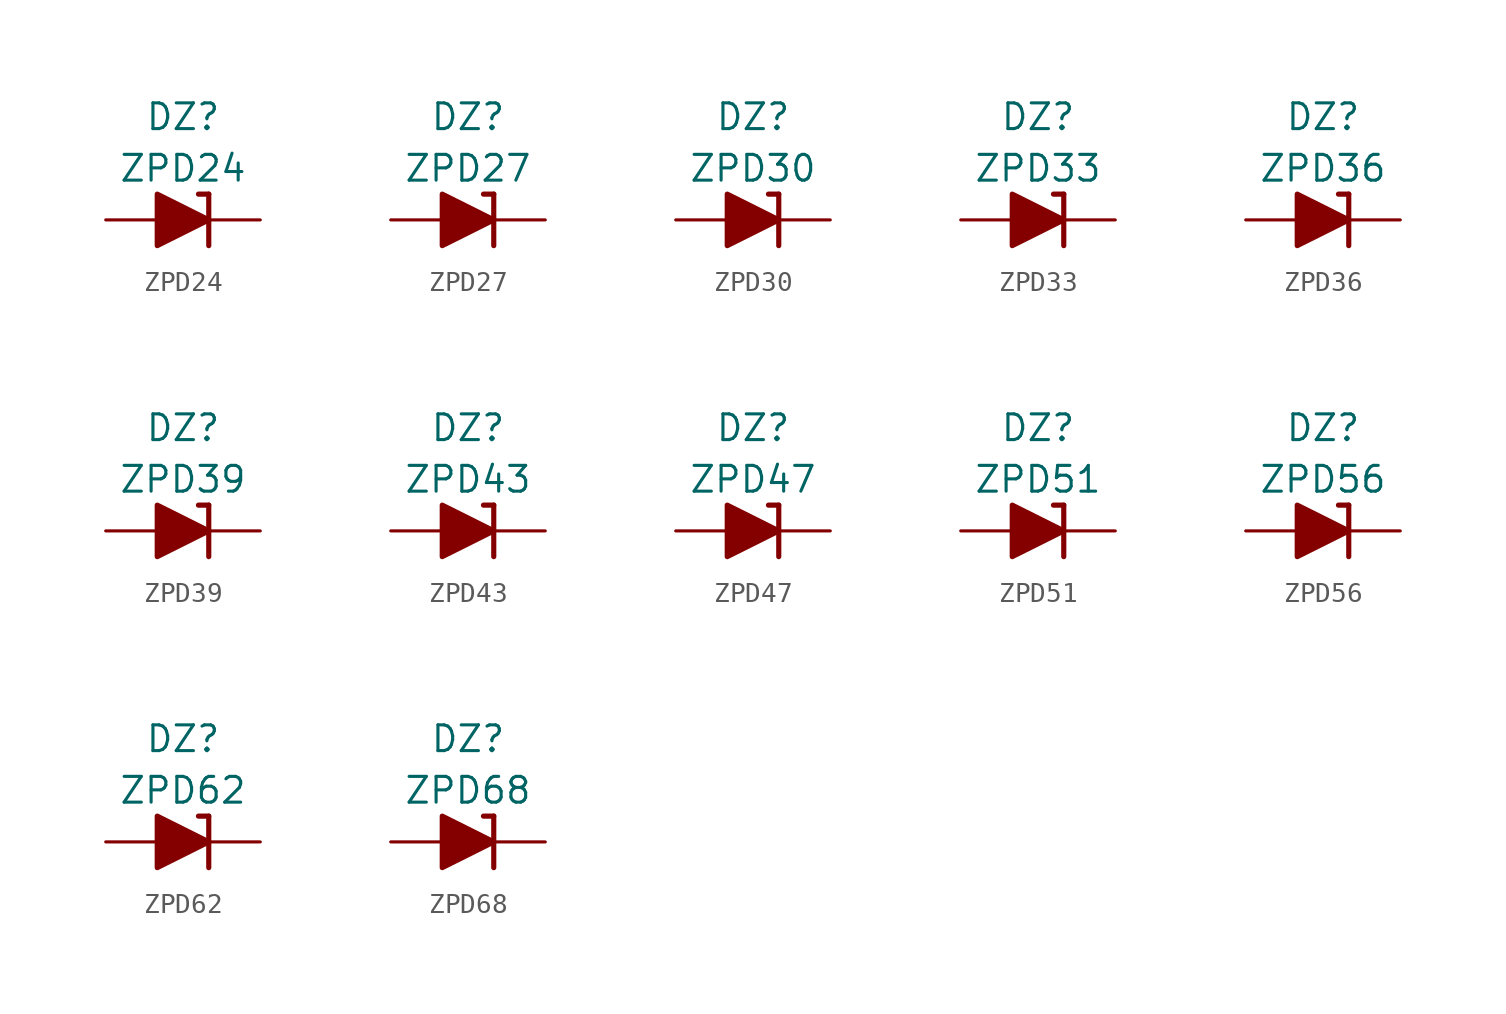
<source format=kicad_sym>
(kicad_symbol_lib
  (version 20201005)
  (generator kicad_symbol_editor)
  (symbol "Diode_Zener_AKL:ZPD24"
    (pin_numbers hide)
    (pin_names
      (offset 1.016) hide)
    (property "Reference" "DZ"
      (at 0 5.08 0)
      (effects (font (size 1.27 1.27))))
    (property "Value" "ZPD24"
      (at 0 2.54 0)
      (effects (font (size 1.27 1.27))))
    (symbol "ZPD24_0_1"
      (polyline (pts (xy -1.27 0) (xy 1.27 0)) (stroke (width 0)) (fill (type none)))
      (polyline (pts (xy 1.27 1.27) (xy 0.762 1.27)) (stroke (width 0.254)) (fill (type none)))
      (polyline (pts (xy 1.27 1.27) (xy 1.27 -1.27)) (stroke (width 0.254)) (fill (type none)))
      (polyline (pts (xy -1.27 -1.27) (xy -1.27 1.27) (xy 1.27 0) (xy -1.27 -1.27)) (stroke (width 0.254)) (fill (type outline))))
    (symbol "ZPD24_1_1"
      (pin passive line (at 3.81 0 180) (length 2.54) (name "K" (effects (font (size 1.27 1.27)))) (number "1" (effects (font (size 1.27 1.27)))))
      (pin passive line (at -3.81 0 0) (length 2.54) (name "A" (effects (font (size 1.27 1.27)))) (number "2" (effects (font (size 1.27 1.27)))))))
  (symbol "Diode_Zener_AKL:ZPD27"
    (pin_numbers hide)
    (pin_names
      (offset 1.016) hide)
    (property "Reference" "DZ"
      (at 0 5.08 0)
      (effects (font (size 1.27 1.27))))
    (property "Value" "ZPD27"
      (at 0 2.54 0)
      (effects (font (size 1.27 1.27))))
    (symbol "ZPD27_0_1"
      (polyline (pts (xy -1.27 0) (xy 1.27 0)) (stroke (width 0)) (fill (type none)))
      (polyline (pts (xy 1.27 1.27) (xy 0.762 1.27)) (stroke (width 0.254)) (fill (type none)))
      (polyline (pts (xy 1.27 1.27) (xy 1.27 -1.27)) (stroke (width 0.254)) (fill (type none)))
      (polyline (pts (xy -1.27 -1.27) (xy -1.27 1.27) (xy 1.27 0) (xy -1.27 -1.27)) (stroke (width 0.254)) (fill (type outline))))
    (symbol "ZPD27_1_1"
      (pin passive line (at 3.81 0 180) (length 2.54) (name "K" (effects (font (size 1.27 1.27)))) (number "1" (effects (font (size 1.27 1.27)))))
      (pin passive line (at -3.81 0 0) (length 2.54) (name "A" (effects (font (size 1.27 1.27)))) (number "2" (effects (font (size 1.27 1.27)))))))
  (symbol "Diode_Zener_AKL:ZPD30"
    (pin_numbers hide)
    (pin_names
      (offset 1.016) hide)
    (property "Reference" "DZ"
      (at 0 5.08 0)
      (effects (font (size 1.27 1.27))))
    (property "Value" "ZPD30"
      (at 0 2.54 0)
      (effects (font (size 1.27 1.27))))
    (symbol "ZPD30_0_1"
      (polyline (pts (xy -1.27 0) (xy 1.27 0)) (stroke (width 0)) (fill (type none)))
      (polyline (pts (xy 1.27 1.27) (xy 0.762 1.27)) (stroke (width 0.254)) (fill (type none)))
      (polyline (pts (xy 1.27 1.27) (xy 1.27 -1.27)) (stroke (width 0.254)) (fill (type none)))
      (polyline (pts (xy -1.27 -1.27) (xy -1.27 1.27) (xy 1.27 0) (xy -1.27 -1.27)) (stroke (width 0.254)) (fill (type outline))))
    (symbol "ZPD30_1_1"
      (pin passive line (at 3.81 0 180) (length 2.54) (name "K" (effects (font (size 1.27 1.27)))) (number "1" (effects (font (size 1.27 1.27)))))
      (pin passive line (at -3.81 0 0) (length 2.54) (name "A" (effects (font (size 1.27 1.27)))) (number "2" (effects (font (size 1.27 1.27)))))))
  (symbol "Diode_Zener_AKL:ZPD33"
    (pin_numbers hide)
    (pin_names
      (offset 1.016) hide)
    (property "Reference" "DZ"
      (at 0 5.08 0)
      (effects (font (size 1.27 1.27))))
    (property "Value" "ZPD33"
      (at 0 2.54 0)
      (effects (font (size 1.27 1.27))))
    (symbol "ZPD33_0_1"
      (polyline (pts (xy -1.27 0) (xy 1.27 0)) (stroke (width 0)) (fill (type none)))
      (polyline (pts (xy 1.27 1.27) (xy 0.762 1.27)) (stroke (width 0.254)) (fill (type none)))
      (polyline (pts (xy 1.27 1.27) (xy 1.27 -1.27)) (stroke (width 0.254)) (fill (type none)))
      (polyline (pts (xy -1.27 -1.27) (xy -1.27 1.27) (xy 1.27 0) (xy -1.27 -1.27)) (stroke (width 0.254)) (fill (type outline))))
    (symbol "ZPD33_1_1"
      (pin passive line (at 3.81 0 180) (length 2.54) (name "K" (effects (font (size 1.27 1.27)))) (number "1" (effects (font (size 1.27 1.27)))))
      (pin passive line (at -3.81 0 0) (length 2.54) (name "A" (effects (font (size 1.27 1.27)))) (number "2" (effects (font (size 1.27 1.27)))))))
  (symbol "Diode_Zener_AKL:ZPD36"
    (pin_numbers hide)
    (pin_names
      (offset 1.016) hide)
    (property "Reference" "DZ"
      (at 0 5.08 0)
      (effects (font (size 1.27 1.27))))
    (property "Value" "ZPD36"
      (at 0 2.54 0)
      (effects (font (size 1.27 1.27))))
    (symbol "ZPD36_0_1"
      (polyline (pts (xy -1.27 0) (xy 1.27 0)) (stroke (width 0)) (fill (type none)))
      (polyline (pts (xy 1.27 1.27) (xy 0.762 1.27)) (stroke (width 0.254)) (fill (type none)))
      (polyline (pts (xy 1.27 1.27) (xy 1.27 -1.27)) (stroke (width 0.254)) (fill (type none)))
      (polyline (pts (xy -1.27 -1.27) (xy -1.27 1.27) (xy 1.27 0) (xy -1.27 -1.27)) (stroke (width 0.254)) (fill (type outline))))
    (symbol "ZPD36_1_1"
      (pin passive line (at 3.81 0 180) (length 2.54) (name "K" (effects (font (size 1.27 1.27)))) (number "1" (effects (font (size 1.27 1.27)))))
      (pin passive line (at -3.81 0 0) (length 2.54) (name "A" (effects (font (size 1.27 1.27)))) (number "2" (effects (font (size 1.27 1.27)))))))
  (symbol "Diode_Zener_AKL:ZPD39"
    (pin_numbers hide)
    (pin_names
      (offset 1.016) hide)
    (property "Reference" "DZ"
      (at 0 5.08 0)
      (effects (font (size 1.27 1.27))))
    (property "Value" "ZPD39"
      (at 0 2.54 0)
      (effects (font (size 1.27 1.27))))
    (symbol "ZPD39_0_1"
      (polyline (pts (xy -1.27 0) (xy 1.27 0)) (stroke (width 0)) (fill (type none)))
      (polyline (pts (xy 1.27 1.27) (xy 0.762 1.27)) (stroke (width 0.254)) (fill (type none)))
      (polyline (pts (xy 1.27 1.27) (xy 1.27 -1.27)) (stroke (width 0.254)) (fill (type none)))
      (polyline (pts (xy -1.27 -1.27) (xy -1.27 1.27) (xy 1.27 0) (xy -1.27 -1.27)) (stroke (width 0.254)) (fill (type outline))))
    (symbol "ZPD39_1_1"
      (pin passive line (at 3.81 0 180) (length 2.54) (name "K" (effects (font (size 1.27 1.27)))) (number "1" (effects (font (size 1.27 1.27)))))
      (pin passive line (at -3.81 0 0) (length 2.54) (name "A" (effects (font (size 1.27 1.27)))) (number "2" (effects (font (size 1.27 1.27)))))))
  (symbol "Diode_Zener_AKL:ZPD43"
    (pin_numbers hide)
    (pin_names
      (offset 1.016) hide)
    (property "Reference" "DZ"
      (at 0 5.08 0)
      (effects (font (size 1.27 1.27))))
    (property "Value" "ZPD43"
      (at 0 2.54 0)
      (effects (font (size 1.27 1.27))))
    (symbol "ZPD43_0_1"
      (polyline (pts (xy -1.27 0) (xy 1.27 0)) (stroke (width 0)) (fill (type none)))
      (polyline (pts (xy 1.27 1.27) (xy 0.762 1.27)) (stroke (width 0.254)) (fill (type none)))
      (polyline (pts (xy 1.27 1.27) (xy 1.27 -1.27)) (stroke (width 0.254)) (fill (type none)))
      (polyline (pts (xy -1.27 -1.27) (xy -1.27 1.27) (xy 1.27 0) (xy -1.27 -1.27)) (stroke (width 0.254)) (fill (type outline))))
    (symbol "ZPD43_1_1"
      (pin passive line (at 3.81 0 180) (length 2.54) (name "K" (effects (font (size 1.27 1.27)))) (number "1" (effects (font (size 1.27 1.27)))))
      (pin passive line (at -3.81 0 0) (length 2.54) (name "A" (effects (font (size 1.27 1.27)))) (number "2" (effects (font (size 1.27 1.27)))))))
  (symbol "Diode_Zener_AKL:ZPD47"
    (pin_numbers hide)
    (pin_names
      (offset 1.016) hide)
    (property "Reference" "DZ"
      (at 0 5.08 0)
      (effects (font (size 1.27 1.27))))
    (property "Value" "ZPD47"
      (at 0 2.54 0)
      (effects (font (size 1.27 1.27))))
    (symbol "ZPD47_0_1"
      (polyline (pts (xy -1.27 0) (xy 1.27 0)) (stroke (width 0)) (fill (type none)))
      (polyline (pts (xy 1.27 1.27) (xy 0.762 1.27)) (stroke (width 0.254)) (fill (type none)))
      (polyline (pts (xy 1.27 1.27) (xy 1.27 -1.27)) (stroke (width 0.254)) (fill (type none)))
      (polyline (pts (xy -1.27 -1.27) (xy -1.27 1.27) (xy 1.27 0) (xy -1.27 -1.27)) (stroke (width 0.254)) (fill (type outline))))
    (symbol "ZPD47_1_1"
      (pin passive line (at 3.81 0 180) (length 2.54) (name "K" (effects (font (size 1.27 1.27)))) (number "1" (effects (font (size 1.27 1.27)))))
      (pin passive line (at -3.81 0 0) (length 2.54) (name "A" (effects (font (size 1.27 1.27)))) (number "2" (effects (font (size 1.27 1.27)))))))
  (symbol "Diode_Zener_AKL:ZPD51"
    (pin_numbers hide)
    (pin_names
      (offset 1.016) hide)
    (property "Reference" "DZ"
      (at 0 5.08 0)
      (effects (font (size 1.27 1.27))))
    (property "Value" "ZPD51"
      (at 0 2.54 0)
      (effects (font (size 1.27 1.27))))
    (symbol "ZPD51_0_1"
      (polyline (pts (xy -1.27 0) (xy 1.27 0)) (stroke (width 0)) (fill (type none)))
      (polyline (pts (xy 1.27 1.27) (xy 0.762 1.27)) (stroke (width 0.254)) (fill (type none)))
      (polyline (pts (xy 1.27 1.27) (xy 1.27 -1.27)) (stroke (width 0.254)) (fill (type none)))
      (polyline (pts (xy -1.27 -1.27) (xy -1.27 1.27) (xy 1.27 0) (xy -1.27 -1.27)) (stroke (width 0.254)) (fill (type outline))))
    (symbol "ZPD51_1_1"
      (pin passive line (at 3.81 0 180) (length 2.54) (name "K" (effects (font (size 1.27 1.27)))) (number "1" (effects (font (size 1.27 1.27)))))
      (pin passive line (at -3.81 0 0) (length 2.54) (name "A" (effects (font (size 1.27 1.27)))) (number "2" (effects (font (size 1.27 1.27)))))))
  (symbol "Diode_Zener_AKL:ZPD56"
    (pin_numbers hide)
    (pin_names
      (offset 1.016) hide)
    (property "Reference" "DZ"
      (at 0 5.08 0)
      (effects (font (size 1.27 1.27))))
    (property "Value" "ZPD56"
      (at 0 2.54 0)
      (effects (font (size 1.27 1.27))))
    (symbol "ZPD56_0_1"
      (polyline (pts (xy -1.27 0) (xy 1.27 0)) (stroke (width 0)) (fill (type none)))
      (polyline (pts (xy 1.27 1.27) (xy 0.762 1.27)) (stroke (width 0.254)) (fill (type none)))
      (polyline (pts (xy 1.27 1.27) (xy 1.27 -1.27)) (stroke (width 0.254)) (fill (type none)))
      (polyline (pts (xy -1.27 -1.27) (xy -1.27 1.27) (xy 1.27 0) (xy -1.27 -1.27)) (stroke (width 0.254)) (fill (type outline))))
    (symbol "ZPD56_1_1"
      (pin passive line (at 3.81 0 180) (length 2.54) (name "K" (effects (font (size 1.27 1.27)))) (number "1" (effects (font (size 1.27 1.27)))))
      (pin passive line (at -3.81 0 0) (length 2.54) (name "A" (effects (font (size 1.27 1.27)))) (number "2" (effects (font (size 1.27 1.27)))))))
  (symbol "Diode_Zener_AKL:ZPD62"
    (pin_numbers hide)
    (pin_names
      (offset 1.016) hide)
    (property "Reference" "DZ"
      (at 0 5.08 0)
      (effects (font (size 1.27 1.27))))
    (property "Value" "ZPD62"
      (at 0 2.54 0)
      (effects (font (size 1.27 1.27))))
    (symbol "ZPD62_0_1"
      (polyline (pts (xy -1.27 0) (xy 1.27 0)) (stroke (width 0)) (fill (type none)))
      (polyline (pts (xy 1.27 1.27) (xy 0.762 1.27)) (stroke (width 0.254)) (fill (type none)))
      (polyline (pts (xy 1.27 1.27) (xy 1.27 -1.27)) (stroke (width 0.254)) (fill (type none)))
      (polyline (pts (xy -1.27 -1.27) (xy -1.27 1.27) (xy 1.27 0) (xy -1.27 -1.27)) (stroke (width 0.254)) (fill (type outline))))
    (symbol "ZPD62_1_1"
      (pin passive line (at 3.81 0 180) (length 2.54) (name "K" (effects (font (size 1.27 1.27)))) (number "1" (effects (font (size 1.27 1.27)))))
      (pin passive line (at -3.81 0 0) (length 2.54) (name "A" (effects (font (size 1.27 1.27)))) (number "2" (effects (font (size 1.27 1.27)))))))
  (symbol "Diode_Zener_AKL:ZPD68"
    (pin_numbers hide)
    (pin_names
      (offset 1.016) hide)
    (property "Reference" "DZ"
      (at 0 5.08 0)
      (effects (font (size 1.27 1.27))))
    (property "Value" "ZPD68"
      (at 0 2.54 0)
      (effects (font (size 1.27 1.27))))
    (symbol "ZPD68_0_1"
      (polyline (pts (xy -1.27 0) (xy 1.27 0)) (stroke (width 0)) (fill (type none)))
      (polyline (pts (xy 1.27 1.27) (xy 0.762 1.27)) (stroke (width 0.254)) (fill (type none)))
      (polyline (pts (xy 1.27 1.27) (xy 1.27 -1.27)) (stroke (width 0.254)) (fill (type none)))
      (polyline (pts (xy -1.27 -1.27) (xy -1.27 1.27) (xy 1.27 0) (xy -1.27 -1.27)) (stroke (width 0.254)) (fill (type outline))))
    (symbol "ZPD68_1_1"
      (pin passive line (at 3.81 0 180) (length 2.54) (name "K" (effects (font (size 1.27 1.27)))) (number "1" (effects (font (size 1.27 1.27)))))
      (pin passive line (at -3.81 0 0) (length 2.54) (name "A" (effects (font (size 1.27 1.27)))) (number "2" (effects (font (size 1.27 1.27))))))))
</source>
